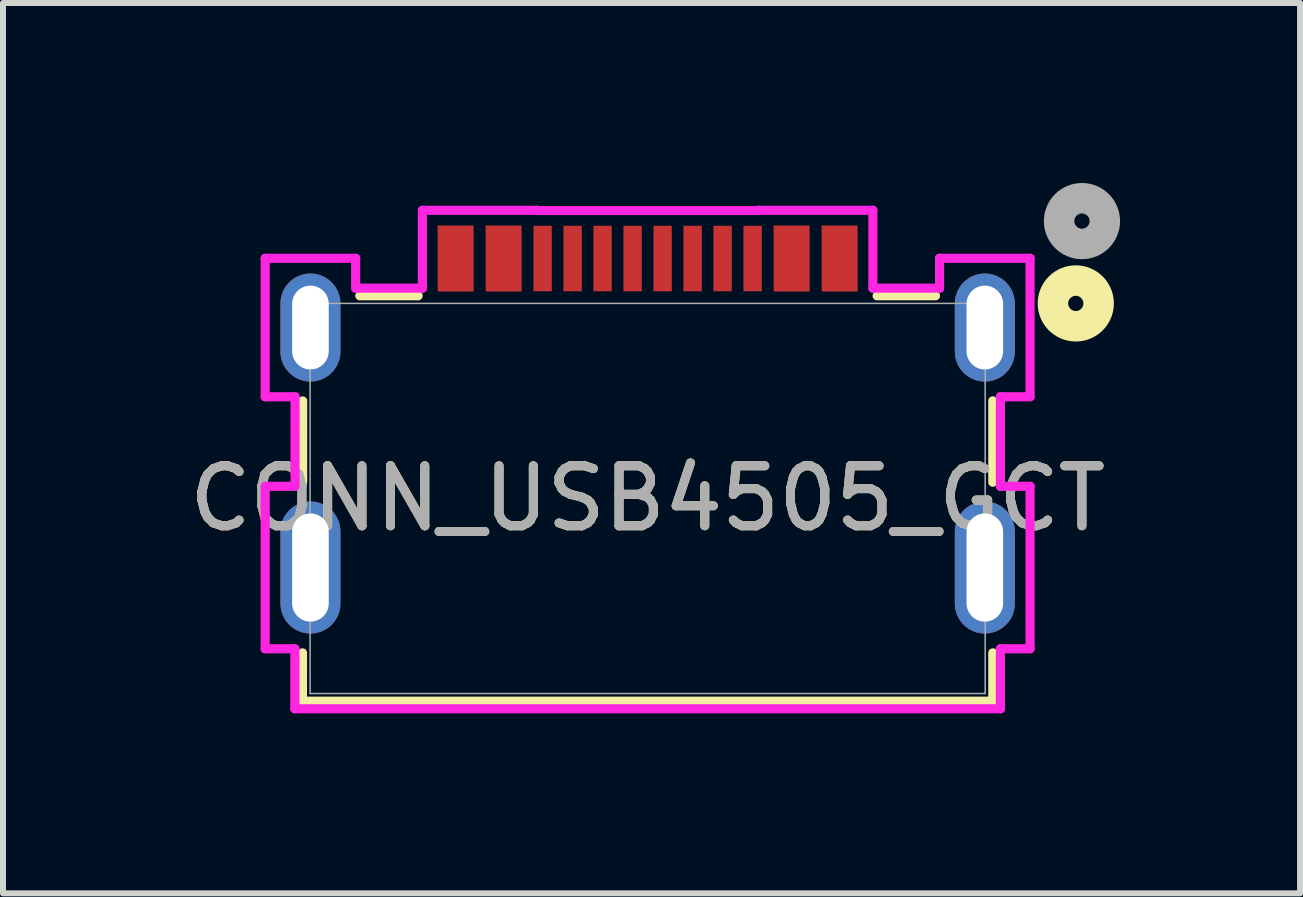
<source format=kicad_pcb>
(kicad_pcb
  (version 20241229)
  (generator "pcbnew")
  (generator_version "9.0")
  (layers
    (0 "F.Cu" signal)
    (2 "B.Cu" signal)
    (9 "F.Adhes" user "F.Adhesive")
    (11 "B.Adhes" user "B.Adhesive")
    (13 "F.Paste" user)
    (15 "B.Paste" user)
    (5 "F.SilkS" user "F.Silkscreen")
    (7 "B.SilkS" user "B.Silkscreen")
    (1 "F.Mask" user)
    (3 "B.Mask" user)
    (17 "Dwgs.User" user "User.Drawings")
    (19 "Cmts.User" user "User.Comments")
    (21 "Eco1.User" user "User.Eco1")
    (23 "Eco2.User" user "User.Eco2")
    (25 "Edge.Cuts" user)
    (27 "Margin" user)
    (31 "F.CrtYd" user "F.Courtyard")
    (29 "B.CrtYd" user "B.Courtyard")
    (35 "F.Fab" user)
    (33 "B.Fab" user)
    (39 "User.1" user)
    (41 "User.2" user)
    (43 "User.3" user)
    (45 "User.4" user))
  (footprint "CONN_USB4505_GCT"
    (layer "F.Cu")
    (at 7.744 5.258)
    (property "Reference" "CONN_USB4505_GCT" (at 0 0 0) (unlocked yes) (layer "F.SilkS") (effects (font (size 1 1) (thickness 0.15))))
    (attr smd)
    (fp_poly (pts (xy -2.9 -4.549) (xy -3.5 -4.549) (xy -3.5 -3.449) (xy -2.9 -3.449)) (stroke (width 0) (type solid)) (fill yes) (layer "F.Cu"))
    (fp_poly (pts (xy -2.1 -4.549) (xy -2.7 -4.549) (xy -2.7 -3.449) (xy -2.1 -3.449)) (stroke (width 0) (type solid)) (fill yes) (layer "F.Cu"))
    (fp_poly (pts (xy 2.7 -4.549) (xy 2.1 -4.549) (xy 2.1 -3.449) (xy 2.7 -3.449)) (stroke (width 0) (type solid)) (fill yes) (layer "F.Cu"))
    (fp_poly (pts (xy 3.5 -4.549) (xy 2.9 -4.549) (xy 2.9 -3.449) (xy 3.5 -3.449)) (stroke (width 0) (type solid)) (fill yes) (layer "F.Cu"))
    (fp_poly (pts (xy -2.9 -4.549) (xy -3.5 -4.549) (xy -3.5 -3.449) (xy -2.9 -3.449)) (stroke (width 0) (type solid)) (fill yes) (layer "F.Mask"))
    (fp_poly (pts (xy -2.1 -4.549) (xy -2.7 -4.549) (xy -2.7 -3.449) (xy -2.1 -3.449)) (stroke (width 0) (type solid)) (fill yes) (layer "F.Mask"))
    (fp_poly (pts (xy 2.7 -4.549) (xy 2.1 -4.549) (xy 2.1 -3.449) (xy 2.7 -3.449)) (stroke (width 0) (type solid)) (fill yes) (layer "F.Mask"))
    (fp_poly (pts (xy 3.5 -4.549) (xy 2.9 -4.549) (xy 2.9 -3.449) (xy 3.5 -3.449)) (stroke (width 0) (type solid)) (fill yes) (layer "F.Mask"))
    (fp_line (start -5.753 3.378) (end 5.753 3.378) (stroke (width 0.152) (type solid)) (layer "F.SilkS"))
    (fp_line (start -5.752 2.573) (end -5.753 3.378) (stroke (width 0.152) (type solid)) (layer "F.SilkS"))
    (fp_line (start -5.749 -1.626) (end -5.75 -0.272) (stroke (width 0.152) (type solid)) (layer "F.SilkS"))
    (fp_line (start -3.825 -3.378) (end -4.797 -3.378) (stroke (width 0.152) (type solid)) (layer "F.SilkS"))
    (fp_line (start 4.797 -3.378) (end 3.825 -3.378) (stroke (width 0.152) (type solid)) (layer "F.SilkS"))
    (fp_line (start 5.753 -0.271) (end 5.753 -1.627) (stroke (width 0.152) (type solid)) (layer "F.SilkS"))
    (fp_line (start 5.753 3.378) (end 5.753 2.573) (stroke (width 0.152) (type solid)) (layer "F.SilkS"))
    (fp_circle (center 7.136 -3.251) (end 7.517 -3.251) (stroke (width 0.508) (type solid)) (fill no) (layer "F.SilkS"))
    (fp_poly (pts (xy -2.9 -4.549) (xy -3.5 -4.549) (xy -3.5 -3.449) (xy -2.9 -3.449)) (stroke (width 0) (type solid)) (fill yes) (layer "F.Paste"))
    (fp_poly (pts (xy -2.1 -4.549) (xy -2.7 -4.549) (xy -2.7 -3.449) (xy -2.1 -3.449)) (stroke (width 0) (type solid)) (fill yes) (layer "F.Paste"))
    (fp_poly (pts (xy 2.7 -4.549) (xy 2.1 -4.549) (xy 2.1 -3.449) (xy 2.7 -3.449)) (stroke (width 0) (type solid)) (fill yes) (layer "F.Paste"))
    (fp_poly (pts (xy 3.5 -4.549) (xy 2.9 -4.549) (xy 2.9 -3.449) (xy 3.5 -3.449)) (stroke (width 0) (type solid)) (fill yes) (layer "F.Paste"))
    (fp_line (start -6.374 -4.003) (end -6.374 -1.695) (stroke (width 0.152) (type solid)) (layer "F.CrtYd"))
    (fp_line (start -6.374 -1.695) (end -5.876 -1.695) (stroke (width 0.152) (type solid)) (layer "F.CrtYd"))
    (fp_line (start -6.374 -0.203) (end -6.374 2.505) (stroke (width 0.152) (type solid)) (layer "F.CrtYd"))
    (fp_line (start -6.374 2.505) (end -5.879 2.505) (stroke (width 0.152) (type solid)) (layer "F.CrtYd"))
    (fp_line (start -5.88 3.505) (end 5.88 3.505) (stroke (width 0.152) (type solid)) (layer "F.CrtYd"))
    (fp_line (start -5.879 2.505) (end -5.88 3.505) (stroke (width 0.152) (type solid)) (layer "F.CrtYd"))
    (fp_line (start -5.877 -0.203) (end -6.374 -0.203) (stroke (width 0.152) (type solid)) (layer "F.CrtYd"))
    (fp_line (start -5.876 -1.695) (end -5.877 -0.203) (stroke (width 0.152) (type solid)) (layer "F.CrtYd"))
    (fp_line (start -4.866 -4.003) (end -6.374 -4.003) (stroke (width 0.152) (type solid)) (layer "F.CrtYd"))
    (fp_line (start -4.866 -3.505) (end -4.866 -4.003) (stroke (width 0.152) (type solid)) (layer "F.CrtYd"))
    (fp_line (start -3.754 -4.803) (end -3.754 -3.505) (stroke (width 0.152) (type solid)) (layer "F.CrtYd"))
    (fp_line (start -3.754 -3.505) (end -4.866 -3.505) (stroke (width 0.152) (type solid)) (layer "F.CrtYd"))
    (fp_line (start -1.846 -4.803) (end -3.754 -4.803) (stroke (width 0.152) (type solid)) (layer "F.CrtYd"))
    (fp_line (start -1.846 -4.799) (end -1.846 -4.803) (stroke (width 0.152) (type solid)) (layer "F.CrtYd"))
    (fp_line (start 1.846 -4.803) (end 1.846 -4.799) (stroke (width 0.152) (type solid)) (layer "F.CrtYd"))
    (fp_line (start 1.846 -4.799) (end -1.846 -4.799) (stroke (width 0.152) (type solid)) (layer "F.CrtYd"))
    (fp_line (start 3.754 -4.803) (end 1.846 -4.803) (stroke (width 0.152) (type solid)) (layer "F.CrtYd"))
    (fp_line (start 3.754 -3.505) (end 3.754 -4.803) (stroke (width 0.152) (type solid)) (layer "F.CrtYd"))
    (fp_line (start 4.866 -4.003) (end 4.866 -3.505) (stroke (width 0.152) (type solid)) (layer "F.CrtYd"))
    (fp_line (start 4.866 -3.505) (end 3.754 -3.505) (stroke (width 0.152) (type solid)) (layer "F.CrtYd"))
    (fp_line (start 5.88 -1.695) (end 6.374 -1.695) (stroke (width 0.152) (type solid)) (layer "F.CrtYd"))
    (fp_line (start 5.88 -0.203) (end 5.88 -1.695) (stroke (width 0.152) (type solid)) (layer "F.CrtYd"))
    (fp_line (start 5.88 2.505) (end 6.374 2.505) (stroke (width 0.152) (type solid)) (layer "F.CrtYd"))
    (fp_line (start 5.88 3.505) (end 5.88 2.505) (stroke (width 0.152) (type solid)) (layer "F.CrtYd"))
    (fp_line (start 6.374 -4.003) (end 4.866 -4.003) (stroke (width 0.152) (type solid)) (layer "F.CrtYd"))
    (fp_line (start 6.374 -1.695) (end 6.374 -4.003) (stroke (width 0.152) (type solid)) (layer "F.CrtYd"))
    (fp_line (start 6.374 -0.203) (end 5.88 -0.203) (stroke (width 0.152) (type solid)) (layer "F.CrtYd"))
    (fp_line (start 6.374 2.505) (end 6.374 -0.203) (stroke (width 0.152) (type solid)) (layer "F.CrtYd"))
    (fp_line (start -5.626 -3.251) (end -5.626 3.251) (stroke (width 0.025) (type solid)) (layer "F.Fab"))
    (fp_line (start -5.626 3.251) (end 5.626 3.251) (stroke (width 0.025) (type solid)) (layer "F.Fab"))
    (fp_line (start 5.626 -3.251) (end -5.626 -3.251) (stroke (width 0.025) (type solid)) (layer "F.Fab"))
    (fp_line (start 5.626 3.251) (end 5.626 -3.251) (stroke (width 0.025) (type solid)) (layer "F.Fab"))
    (fp_circle (center 7.239 -4.623) (end 7.62 -4.623) (stroke (width 0.508) (type solid)) (fill no) (layer "F.Fab"))
    (fp_text user "${REFERENCE}" (at 0 0 0) (unlocked yes) (layer "F.Fab") (effects (font (size 1 1) (thickness 0.15))))
    (pad "" np_thru_hole oval (at -5.62 -2.849) (size 1 1.8) (drill oval 0.61 1.397) (layers "*.Cu" "*.Mask"))
    (pad "" np_thru_hole oval (at -5.62 1.151) (size 1 2.2) (drill oval 0.61 1.803) (layers "*.Cu" "*.Mask"))
    (pad "" np_thru_hole oval (at 5.62 -2.849) (size 1 1.8) (drill oval 0.61 1.397) (layers "*.Cu" "*.Mask"))
    (pad "" np_thru_hole oval (at 5.62 1.151) (size 1 2.2) (drill oval 0.61 1.803) (layers "*.Cu" "*.Mask"))
    (pad "A1" smd rect (at -3.344 -3.999) (size 0.127 0.127) (layers "F.Cu" "F.Mask" "F.Paste"))
    (pad "A4" smd rect (at -2.547 -3.999) (size 0.127 0.127) (layers "F.Cu" "F.Mask" "F.Paste"))
    (pad "A5" smd rect (at -1.25 -3.999) (size 0.305 1.092) (layers "F.Cu" "F.Mask" "F.Paste"))
    (pad "A6" smd rect (at -0.25 -3.999) (size 0.305 1.092) (layers "F.Cu" "F.Mask" "F.Paste"))
    (pad "A7" smd rect (at 0.25 -3.999) (size 0.305 1.092) (layers "F.Cu" "F.Mask" "F.Paste"))
    (pad "A8" smd rect (at 1.25 -3.999) (size 0.305 1.092) (layers "F.Cu" "F.Mask" "F.Paste"))
    (pad "A9" smd rect (at 2.547 -3.999) (size 0.127 0.127) (layers "F.Cu" "F.Mask" "F.Paste"))
    (pad "A12" smd rect (at 3.344 -3.999) (size 0.127 0.127) (layers "F.Cu" "F.Mask" "F.Paste"))
    (pad "B1" smd rect (at 3.047 -3.999) (size 0.127 0.127) (layers "F.Cu" "F.Mask" "F.Paste"))
    (pad "B4" smd rect (at 2.25 -3.999) (size 0.127 0.127) (layers "F.Cu" "F.Mask" "F.Paste"))
    (pad "B5" smd rect (at 1.75 -3.999) (size 0.305 1.092) (layers "F.Cu" "F.Mask" "F.Paste"))
    (pad "B6" smd rect (at 0.75 -3.999) (size 0.305 1.092) (layers "F.Cu" "F.Mask" "F.Paste"))
    (pad "B7" smd rect (at -0.75 -3.999) (size 0.305 1.092) (layers "F.Cu" "F.Mask" "F.Paste"))
    (pad "B8" smd rect (at -1.75 -3.999) (size 0.305 1.092) (layers "F.Cu" "F.Mask" "F.Paste"))
    (pad "B9" smd rect (at -2.25 -3.999) (size 0.127 0.127) (layers "F.Cu" "F.Mask" "F.Paste"))
    (pad "B12" smd rect (at -3.047 -3.999) (size 0.127 0.127) (layers "F.Cu" "F.Mask" "F.Paste")))
  (gr_rect
    (start -3 -3)
    (end 18.618 11.839)
    (stroke (width 0.1) (type default))
    (fill no)
    (layer "Edge.Cuts")))
</source>
